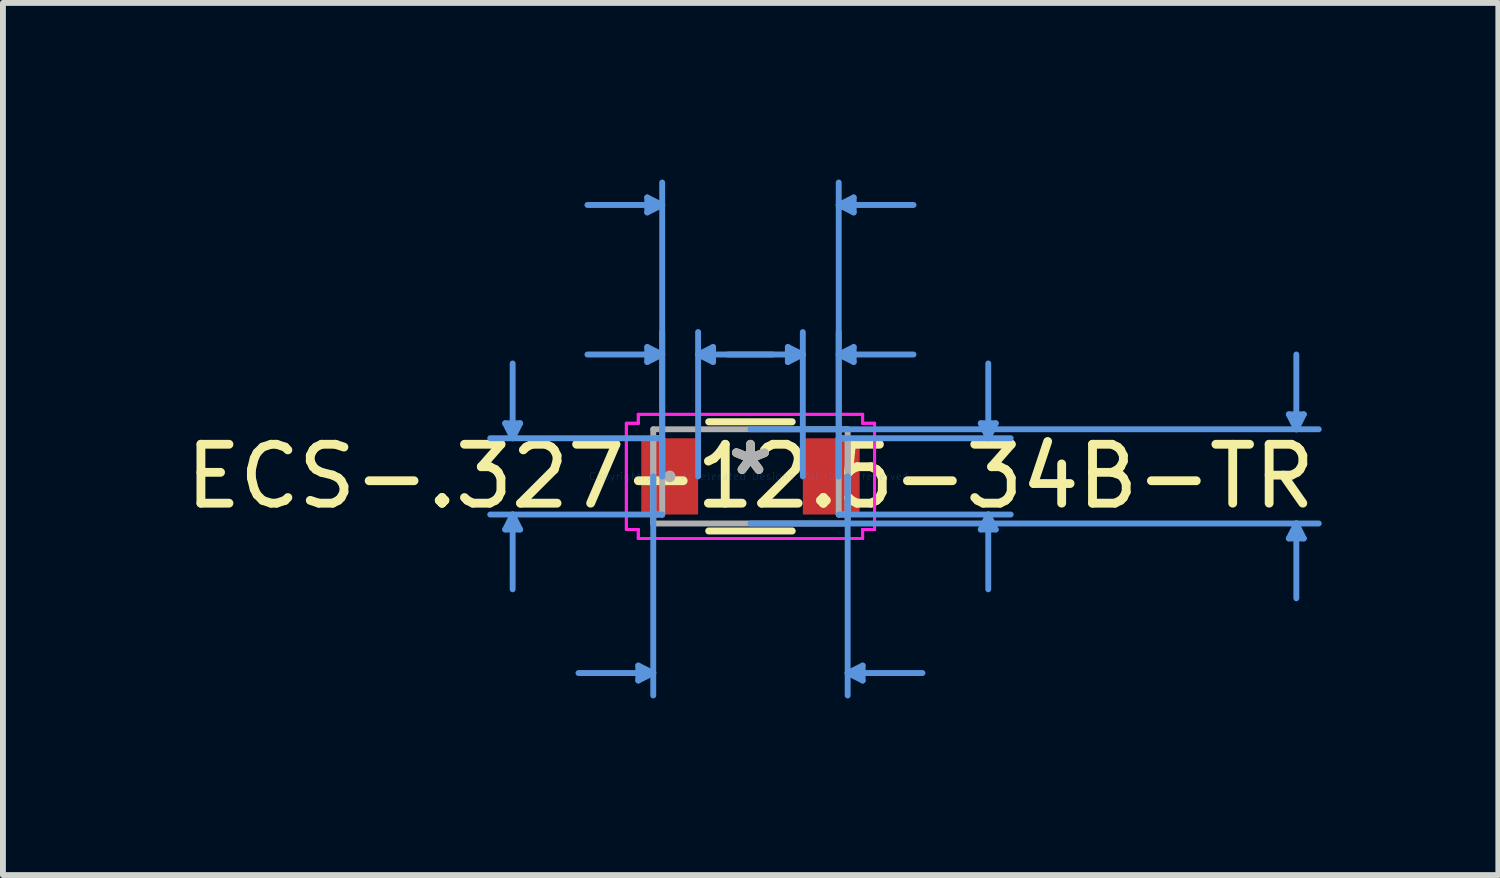
<source format=kicad_pcb>
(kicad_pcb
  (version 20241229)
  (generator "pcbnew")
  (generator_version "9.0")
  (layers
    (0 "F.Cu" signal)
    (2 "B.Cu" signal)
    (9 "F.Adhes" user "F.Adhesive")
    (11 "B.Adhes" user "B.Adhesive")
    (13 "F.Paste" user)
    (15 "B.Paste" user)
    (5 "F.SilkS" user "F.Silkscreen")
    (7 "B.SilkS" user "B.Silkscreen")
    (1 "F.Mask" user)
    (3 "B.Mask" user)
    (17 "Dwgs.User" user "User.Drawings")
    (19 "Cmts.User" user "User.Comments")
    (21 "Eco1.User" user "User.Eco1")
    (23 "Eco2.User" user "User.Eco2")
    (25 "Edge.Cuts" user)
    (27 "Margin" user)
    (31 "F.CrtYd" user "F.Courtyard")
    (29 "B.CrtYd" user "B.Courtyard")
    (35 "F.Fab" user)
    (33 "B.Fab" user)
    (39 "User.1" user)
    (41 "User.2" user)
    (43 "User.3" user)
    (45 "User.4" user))
  (footprint "ECS-.327-12.5-34B-TR"
    (layer "F.Cu")
    (at 9.696 5.041)
    (property "Reference" "ECS-.327-12.5-34B-TR" (at 0 0 0) (layer "F.SilkS") (effects (font (size 1 1) (thickness 0.15))))
    (attr through_hole)
    (fp_line (start -0.708 0.927) (end 0.708 0.927) (stroke (width 0.12) (type solid)) (layer "F.SilkS"))
    (fp_line (start 0.708 -0.927) (end -0.708 -0.927) (stroke (width 0.12) (type solid)) (layer "F.SilkS"))
    (fp_line (start -4.166 -0.902) (end -3.912 -0.902) (stroke (width 0.1) (type solid)) (layer "Cmts.User"))
    (fp_line (start -4.166 0.902) (end -3.912 0.902) (stroke (width 0.1) (type solid)) (layer "Cmts.User"))
    (fp_line (start -4.039 -0.648) (end -4.166 -0.902) (stroke (width 0.1) (type solid)) (layer "Cmts.User"))
    (fp_line (start -4.039 -0.648) (end -4.039 -1.918) (stroke (width 0.1) (type solid)) (layer "Cmts.User"))
    (fp_line (start -4.039 -0.648) (end -3.912 -0.902) (stroke (width 0.1) (type solid)) (layer "Cmts.User"))
    (fp_line (start -4.039 0.648) (end -4.166 0.902) (stroke (width 0.1) (type solid)) (layer "Cmts.User"))
    (fp_line (start -4.039 0.648) (end -4.039 1.918) (stroke (width 0.1) (type solid)) (layer "Cmts.User"))
    (fp_line (start -4.039 0.648) (end -3.912 0.902) (stroke (width 0.1) (type solid)) (layer "Cmts.User"))
    (fp_line (start -1.905 3.213) (end -1.905 3.467) (stroke (width 0.1) (type solid)) (layer "Cmts.User"))
    (fp_line (start -1.753 -4.737) (end -1.753 -4.483) (stroke (width 0.1) (type solid)) (layer "Cmts.User"))
    (fp_line (start -1.753 -2.197) (end -1.753 -1.943) (stroke (width 0.1) (type solid)) (layer "Cmts.User"))
    (fp_line (start -1.651 0) (end -1.651 3.721) (stroke (width 0.1) (type solid)) (layer "Cmts.User"))
    (fp_line (start -1.651 3.34) (end -2.921 3.34) (stroke (width 0.1) (type solid)) (layer "Cmts.User"))
    (fp_line (start -1.651 3.34) (end -1.905 3.213) (stroke (width 0.1) (type solid)) (layer "Cmts.User"))
    (fp_line (start -1.651 3.34) (end -1.905 3.467) (stroke (width 0.1) (type solid)) (layer "Cmts.User"))
    (fp_line (start -1.499 -4.61) (end -2.769 -4.61) (stroke (width 0.1) (type solid)) (layer "Cmts.User"))
    (fp_line (start -1.499 -4.61) (end -1.753 -4.737) (stroke (width 0.1) (type solid)) (layer "Cmts.User"))
    (fp_line (start -1.499 -4.61) (end -1.753 -4.483) (stroke (width 0.1) (type solid)) (layer "Cmts.User"))
    (fp_line (start -1.499 -2.07) (end -2.769 -2.07) (stroke (width 0.1) (type solid)) (layer "Cmts.User"))
    (fp_line (start -1.499 -2.07) (end -1.753 -2.197) (stroke (width 0.1) (type solid)) (layer "Cmts.User"))
    (fp_line (start -1.499 -2.07) (end -1.753 -1.943) (stroke (width 0.1) (type solid)) (layer "Cmts.User"))
    (fp_line (start -1.499 -0.648) (end -4.42 -0.648) (stroke (width 0.1) (type solid)) (layer "Cmts.User"))
    (fp_line (start -1.499 0) (end -1.499 -4.991) (stroke (width 0.1) (type solid)) (layer "Cmts.User"))
    (fp_line (start -1.499 0) (end -1.499 -2.451) (stroke (width 0.1) (type solid)) (layer "Cmts.User"))
    (fp_line (start -1.499 0.648) (end -4.42 0.648) (stroke (width 0.1) (type solid)) (layer "Cmts.User"))
    (fp_line (start -0.889 -2.07) (end -0.635 -2.197) (stroke (width 0.1) (type solid)) (layer "Cmts.User"))
    (fp_line (start -0.889 -2.07) (end -0.635 -1.943) (stroke (width 0.1) (type solid)) (layer "Cmts.User"))
    (fp_line (start -0.889 -2.07) (end 0.381 -2.07) (stroke (width 0.1) (type solid)) (layer "Cmts.User"))
    (fp_line (start -0.889 0) (end -0.889 -2.451) (stroke (width 0.1) (type solid)) (layer "Cmts.User"))
    (fp_line (start -0.635 -2.197) (end -0.635 -1.943) (stroke (width 0.1) (type solid)) (layer "Cmts.User"))
    (fp_line (start 0 -0.8) (end 9.652 -0.8) (stroke (width 0.1) (type solid)) (layer "Cmts.User"))
    (fp_line (start 0 0.8) (end 9.652 0.8) (stroke (width 0.1) (type solid)) (layer "Cmts.User"))
    (fp_line (start 0.635 -2.197) (end 0.635 -1.943) (stroke (width 0.1) (type solid)) (layer "Cmts.User"))
    (fp_line (start 0.889 -2.07) (end -0.381 -2.07) (stroke (width 0.1) (type solid)) (layer "Cmts.User"))
    (fp_line (start 0.889 -2.07) (end 0.635 -2.197) (stroke (width 0.1) (type solid)) (layer "Cmts.User"))
    (fp_line (start 0.889 -2.07) (end 0.635 -1.943) (stroke (width 0.1) (type solid)) (layer "Cmts.User"))
    (fp_line (start 0.889 0) (end 0.889 -2.451) (stroke (width 0.1) (type solid)) (layer "Cmts.User"))
    (fp_line (start 1.499 -4.61) (end 1.753 -4.737) (stroke (width 0.1) (type solid)) (layer "Cmts.User"))
    (fp_line (start 1.499 -4.61) (end 1.753 -4.483) (stroke (width 0.1) (type solid)) (layer "Cmts.User"))
    (fp_line (start 1.499 -4.61) (end 2.769 -4.61) (stroke (width 0.1) (type solid)) (layer "Cmts.User"))
    (fp_line (start 1.499 -2.07) (end 1.753 -2.197) (stroke (width 0.1) (type solid)) (layer "Cmts.User"))
    (fp_line (start 1.499 -2.07) (end 1.753 -1.943) (stroke (width 0.1) (type solid)) (layer "Cmts.User"))
    (fp_line (start 1.499 -2.07) (end 2.769 -2.07) (stroke (width 0.1) (type solid)) (layer "Cmts.User"))
    (fp_line (start 1.499 -0.648) (end 4.42 -0.648) (stroke (width 0.1) (type solid)) (layer "Cmts.User"))
    (fp_line (start 1.499 0) (end 1.499 -4.991) (stroke (width 0.1) (type solid)) (layer "Cmts.User"))
    (fp_line (start 1.499 0) (end 1.499 -2.451) (stroke (width 0.1) (type solid)) (layer "Cmts.User"))
    (fp_line (start 1.499 0.648) (end 4.42 0.648) (stroke (width 0.1) (type solid)) (layer "Cmts.User"))
    (fp_line (start 1.651 0) (end 1.651 3.721) (stroke (width 0.1) (type solid)) (layer "Cmts.User"))
    (fp_line (start 1.651 3.34) (end 1.905 3.213) (stroke (width 0.1) (type solid)) (layer "Cmts.User"))
    (fp_line (start 1.651 3.34) (end 1.905 3.467) (stroke (width 0.1) (type solid)) (layer "Cmts.User"))
    (fp_line (start 1.651 3.34) (end 2.921 3.34) (stroke (width 0.1) (type solid)) (layer "Cmts.User"))
    (fp_line (start 1.753 -4.737) (end 1.753 -4.483) (stroke (width 0.1) (type solid)) (layer "Cmts.User"))
    (fp_line (start 1.753 -2.197) (end 1.753 -1.943) (stroke (width 0.1) (type solid)) (layer "Cmts.User"))
    (fp_line (start 1.905 3.213) (end 1.905 3.467) (stroke (width 0.1) (type solid)) (layer "Cmts.User"))
    (fp_line (start 3.912 -0.902) (end 4.166 -0.902) (stroke (width 0.1) (type solid)) (layer "Cmts.User"))
    (fp_line (start 3.912 0.902) (end 4.166 0.902) (stroke (width 0.1) (type solid)) (layer "Cmts.User"))
    (fp_line (start 4.039 -0.648) (end 3.912 -0.902) (stroke (width 0.1) (type solid)) (layer "Cmts.User"))
    (fp_line (start 4.039 -0.648) (end 4.039 -1.918) (stroke (width 0.1) (type solid)) (layer "Cmts.User"))
    (fp_line (start 4.039 -0.648) (end 4.166 -0.902) (stroke (width 0.1) (type solid)) (layer "Cmts.User"))
    (fp_line (start 4.039 0.648) (end 3.912 0.902) (stroke (width 0.1) (type solid)) (layer "Cmts.User"))
    (fp_line (start 4.039 0.648) (end 4.039 1.918) (stroke (width 0.1) (type solid)) (layer "Cmts.User"))
    (fp_line (start 4.039 0.648) (end 4.166 0.902) (stroke (width 0.1) (type solid)) (layer "Cmts.User"))
    (fp_line (start 9.144 -1.054) (end 9.398 -1.054) (stroke (width 0.1) (type solid)) (layer "Cmts.User"))
    (fp_line (start 9.144 1.054) (end 9.398 1.054) (stroke (width 0.1) (type solid)) (layer "Cmts.User"))
    (fp_line (start 9.271 -0.8) (end 9.144 -1.054) (stroke (width 0.1) (type solid)) (layer "Cmts.User"))
    (fp_line (start 9.271 -0.8) (end 9.271 -2.07) (stroke (width 0.1) (type solid)) (layer "Cmts.User"))
    (fp_line (start 9.271 -0.8) (end 9.398 -1.054) (stroke (width 0.1) (type solid)) (layer "Cmts.User"))
    (fp_line (start 9.271 0.8) (end 9.144 1.054) (stroke (width 0.1) (type solid)) (layer "Cmts.User"))
    (fp_line (start 9.271 0.8) (end 9.271 2.07) (stroke (width 0.1) (type solid)) (layer "Cmts.User"))
    (fp_line (start 9.271 0.8) (end 9.398 1.054) (stroke (width 0.1) (type solid)) (layer "Cmts.User"))
    (fp_line (start -2.108 -0.902) (end -1.905 -0.902) (stroke (width 0.05) (type solid)) (layer "F.CrtYd"))
    (fp_line (start -2.108 -0.902) (end -1.905 -0.902) (stroke (width 0.05) (type solid)) (layer "F.CrtYd"))
    (fp_line (start -2.108 0.902) (end -2.108 -0.902) (stroke (width 0.05) (type solid)) (layer "F.CrtYd"))
    (fp_line (start -2.108 0.902) (end -2.108 -0.902) (stroke (width 0.05) (type solid)) (layer "F.CrtYd"))
    (fp_line (start -1.905 -1.054) (end 1.905 -1.054) (stroke (width 0.05) (type solid)) (layer "F.CrtYd"))
    (fp_line (start -1.905 -1.054) (end 1.905 -1.054) (stroke (width 0.05) (type solid)) (layer "F.CrtYd"))
    (fp_line (start -1.905 -0.902) (end -1.905 -1.054) (stroke (width 0.05) (type solid)) (layer "F.CrtYd"))
    (fp_line (start -1.905 -0.902) (end -1.905 -1.054) (stroke (width 0.05) (type solid)) (layer "F.CrtYd"))
    (fp_line (start -1.905 0.902) (end -2.108 0.902) (stroke (width 0.05) (type solid)) (layer "F.CrtYd"))
    (fp_line (start -1.905 0.902) (end -2.108 0.902) (stroke (width 0.05) (type solid)) (layer "F.CrtYd"))
    (fp_line (start -1.905 1.054) (end -1.905 0.902) (stroke (width 0.05) (type solid)) (layer "F.CrtYd"))
    (fp_line (start -1.905 1.054) (end -1.905 0.902) (stroke (width 0.05) (type solid)) (layer "F.CrtYd"))
    (fp_line (start 1.905 -1.054) (end 1.905 -0.902) (stroke (width 0.05) (type solid)) (layer "F.CrtYd"))
    (fp_line (start 1.905 -1.054) (end 1.905 -0.902) (stroke (width 0.05) (type solid)) (layer "F.CrtYd"))
    (fp_line (start 1.905 -0.902) (end 2.108 -0.902) (stroke (width 0.05) (type solid)) (layer "F.CrtYd"))
    (fp_line (start 1.905 -0.902) (end 2.108 -0.902) (stroke (width 0.05) (type solid)) (layer "F.CrtYd"))
    (fp_line (start 1.905 0.902) (end 1.905 1.054) (stroke (width 0.05) (type solid)) (layer "F.CrtYd"))
    (fp_line (start 1.905 0.902) (end 1.905 1.054) (stroke (width 0.05) (type solid)) (layer "F.CrtYd"))
    (fp_line (start 1.905 1.054) (end -1.905 1.054) (stroke (width 0.05) (type solid)) (layer "F.CrtYd"))
    (fp_line (start 1.905 1.054) (end -1.905 1.054) (stroke (width 0.05) (type solid)) (layer "F.CrtYd"))
    (fp_line (start 2.108 -0.902) (end 2.108 0.902) (stroke (width 0.05) (type solid)) (layer "F.CrtYd"))
    (fp_line (start 2.108 -0.902) (end 2.108 0.902) (stroke (width 0.05) (type solid)) (layer "F.CrtYd"))
    (fp_line (start 2.108 0.902) (end 1.905 0.902) (stroke (width 0.05) (type solid)) (layer "F.CrtYd"))
    (fp_line (start 2.108 0.902) (end 1.905 0.902) (stroke (width 0.05) (type solid)) (layer "F.CrtYd"))
    (fp_line (start -1.651 -0.8) (end -1.651 0.8) (stroke (width 0.1) (type solid)) (layer "F.Fab"))
    (fp_line (start -1.651 -0.648) (end -1.499 -0.648) (stroke (width 0.1) (type solid)) (layer "F.Fab"))
    (fp_line (start -1.651 0.648) (end -1.651 -0.648) (stroke (width 0.1) (type solid)) (layer "F.Fab"))
    (fp_line (start -1.651 0.8) (end 1.651 0.8) (stroke (width 0.1) (type solid)) (layer "F.Fab"))
    (fp_line (start -1.499 -0.648) (end -1.499 0.648) (stroke (width 0.1) (type solid)) (layer "F.Fab"))
    (fp_line (start -1.499 0.648) (end -1.651 0.648) (stroke (width 0.1) (type solid)) (layer "F.Fab"))
    (fp_line (start 1.499 -0.648) (end 1.651 -0.648) (stroke (width 0.1) (type solid)) (layer "F.Fab"))
    (fp_line (start 1.499 0.648) (end 1.499 -0.648) (stroke (width 0.1) (type solid)) (layer "F.Fab"))
    (fp_line (start 1.651 -0.8) (end -1.651 -0.8) (stroke (width 0.1) (type solid)) (layer "F.Fab"))
    (fp_line (start 1.651 -0.648) (end 1.651 0.648) (stroke (width 0.1) (type solid)) (layer "F.Fab"))
    (fp_line (start 1.651 0.648) (end 1.499 0.648) (stroke (width 0.1) (type solid)) (layer "F.Fab"))
    (fp_line (start 1.651 0.8) (end 1.651 -0.8) (stroke (width 0.1) (type solid)) (layer "F.Fab"))
    (fp_circle (center -1.372 0) (end -1.372 0) (stroke (width 0.1) (type solid)) (fill no) (layer "F.Fab"))
    (fp_text user "*" (at 0 0 0) (layer "F.SilkS") (effects (font (size 1 1) (thickness 0.15))))
    (fp_text user "Copyright 2021 Accelerated Designs. All rights reserved." (at 0 0 0) (layer "Cmts.User") (effects (font (size 0.127 0.127) (thickness 0.002))))
    (fp_text user "*" (at 0 0 0) (layer "F.Fab") (effects (font (size 1 1) (thickness 0.15))))
    (pad "1" smd rect (at -1.372 0) (size 0.965 1.295) (layers "F.Cu" "F.Mask" "F.Paste"))
    (pad "2" smd rect (at 1.372 0) (size 0.965 1.295) (layers "F.Cu" "F.Mask" "F.Paste")))
  (gr_rect
    (start -3 -3)
    (end 22.398 11.812)
    (stroke (width 0.1) (type default))
    (fill no)
    (layer "Edge.Cuts")))
</source>
